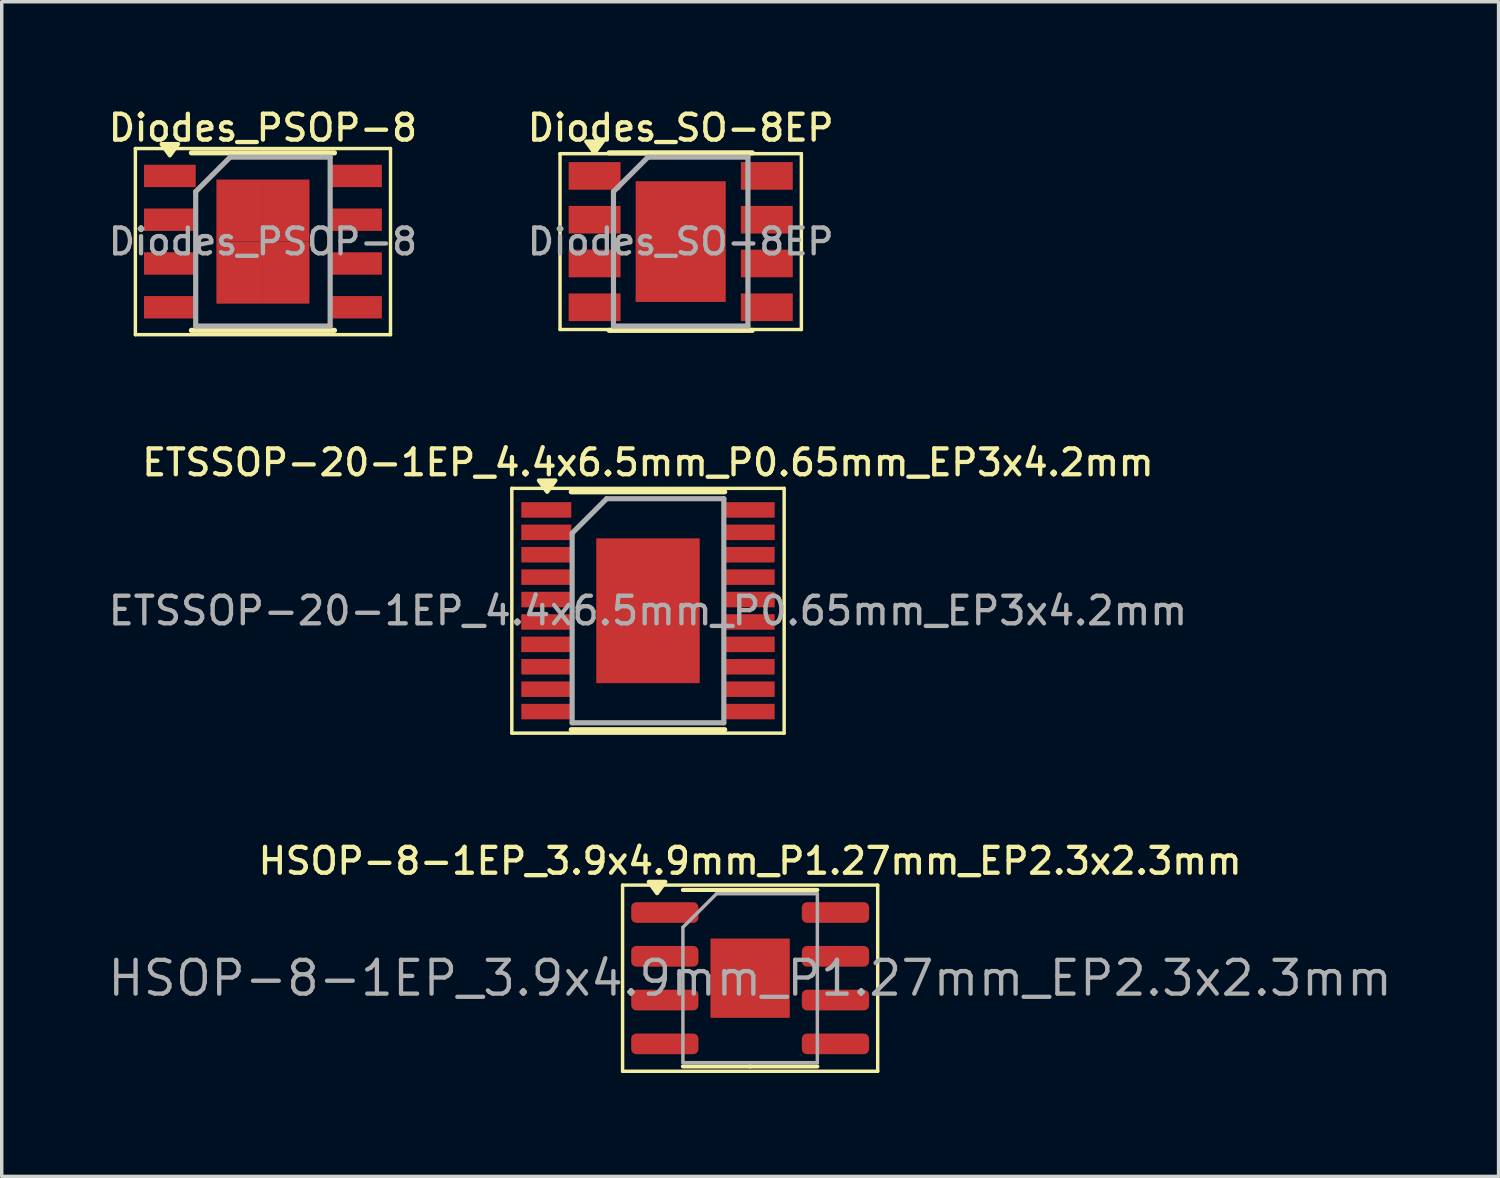
<source format=kicad_pcb>
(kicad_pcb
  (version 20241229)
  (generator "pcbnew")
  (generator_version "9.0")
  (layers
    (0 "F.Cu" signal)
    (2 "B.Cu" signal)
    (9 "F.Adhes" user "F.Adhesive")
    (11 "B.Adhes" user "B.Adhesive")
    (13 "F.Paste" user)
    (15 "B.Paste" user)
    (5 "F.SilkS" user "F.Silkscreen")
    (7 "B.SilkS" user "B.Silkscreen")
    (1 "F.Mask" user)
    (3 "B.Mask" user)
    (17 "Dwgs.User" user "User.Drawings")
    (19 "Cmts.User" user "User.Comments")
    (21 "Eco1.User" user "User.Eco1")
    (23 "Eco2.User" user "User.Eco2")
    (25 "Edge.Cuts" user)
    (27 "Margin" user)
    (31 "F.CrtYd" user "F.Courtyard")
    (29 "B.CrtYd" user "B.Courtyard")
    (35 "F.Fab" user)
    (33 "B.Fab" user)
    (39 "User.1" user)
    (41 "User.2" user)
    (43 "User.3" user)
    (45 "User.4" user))
  (footprint "Diodes_SO-8EP"
    (layer "F.Cu")
    (at 16.695 3.958)
    (property "Reference" "Diodes_SO-8EP" (at 0 -3.3 0) (layer "F.SilkS") (effects (font (size 0.75 0.75) (thickness 0.125))))
    (attr smd)
    (fp_line (start -3.5 -2.55) (end -3.5 2.55) (stroke (width 0.1) (type solid)) (layer "F.SilkS"))
    (fp_line (start -3.5 -2.55) (end 3.5 -2.55) (stroke (width 0.1) (type solid)) (layer "F.SilkS"))
    (fp_line (start -3.5 2.55) (end 3.5 2.55) (stroke (width 0.1) (type solid)) (layer "F.SilkS"))
    (fp_line (start -2.075 -2.575) (end 2.075 -2.575) (stroke (width 0.15) (type solid)) (layer "F.SilkS"))
    (fp_line (start -2.075 2.575) (end 2.075 2.575) (stroke (width 0.15) (type solid)) (layer "F.SilkS"))
    (fp_line (start 3.5 -2.55) (end 3.5 2.55) (stroke (width 0.1) (type solid)) (layer "F.SilkS"))
    (fp_poly (pts (xy -2.5 -2.575) (xy -2.74 -2.905) (xy -2.26 -2.905) (xy -2.5 -2.575)) (stroke (width 0.12) (type solid)) (fill yes) (layer "F.SilkS"))
    (fp_line (start -1.95 -1.45) (end -0.95 -2.45) (stroke (width 0.15) (type solid)) (layer "F.Fab"))
    (fp_line (start -1.95 2.45) (end -1.95 -1.45) (stroke (width 0.15) (type solid)) (layer "F.Fab"))
    (fp_line (start -0.95 -2.45) (end 1.95 -2.45) (stroke (width 0.15) (type solid)) (layer "F.Fab"))
    (fp_line (start 1.95 -2.45) (end 1.95 2.45) (stroke (width 0.15) (type solid)) (layer "F.Fab"))
    (fp_line (start 1.95 2.45) (end -1.95 2.45) (stroke (width 0.15) (type solid)) (layer "F.Fab"))
    (fp_text user "${REFERENCE}" (at 0 0 0) (layer "F.Fab") (effects (font (size 0.75 0.75) (thickness 0.125))))
    (pad "1" smd rect (at -2.498 -1.905) (size 1.505 0.802) (layers "F.Cu" "F.Mask" "F.Paste"))
    (pad "2" smd rect (at -2.498 -0.635) (size 1.505 0.802) (layers "F.Cu" "F.Mask" "F.Paste"))
    (pad "3" smd rect (at -2.498 0.635) (size 1.505 0.802) (layers "F.Cu" "F.Mask" "F.Paste"))
    (pad "4" smd rect (at -2.498 1.905) (size 1.505 0.802) (layers "F.Cu" "F.Mask" "F.Paste"))
    (pad "5" smd rect (at 2.498 1.905) (size 1.505 0.802) (layers "F.Cu" "F.Mask" "F.Paste"))
    (pad "6" smd rect (at 2.498 0.635) (size 1.505 0.802) (layers "F.Cu" "F.Mask" "F.Paste"))
    (pad "7" smd rect (at 2.498 -0.635) (size 1.505 0.802) (layers "F.Cu" "F.Mask" "F.Paste"))
    (pad "8" smd rect (at 2.498 -1.905) (size 1.505 0.802) (layers "F.Cu" "F.Mask" "F.Paste"))
    (pad "9" smd rect (at 0 0) (size 2.613 3.502) (layers "F.Cu" "F.Mask" "F.Paste")))
  (footprint "HSOP-8-1EP_3.9x4.9mm_P1.27mm_EP2.3x2.3mm"
    (layer "F.Cu")
    (at 18.709 25.324)
    (property "Reference" "HSOP-8-1EP_3.9x4.9mm_P1.27mm_EP2.3x2.3mm" (at 0 -3.4 0) (layer "F.SilkS") (effects (font (size 0.75 0.75) (thickness 0.125))))
    (attr smd)
    (fp_line (start -3.7 -2.7) (end -3.7 2.7) (stroke (width 0.1) (type solid)) (layer "F.SilkS"))
    (fp_line (start -3.7 2.7) (end 3.7 2.7) (stroke (width 0.1) (type solid)) (layer "F.SilkS"))
    (fp_line (start 0 -2.56) (end -1.95 -2.56) (stroke (width 0.12) (type solid)) (layer "F.SilkS"))
    (fp_line (start 0 -2.56) (end 1.95 -2.56) (stroke (width 0.12) (type solid)) (layer "F.SilkS"))
    (fp_line (start 0 2.56) (end -1.95 2.56) (stroke (width 0.12) (type solid)) (layer "F.SilkS"))
    (fp_line (start 0 2.56) (end 1.95 2.56) (stroke (width 0.12) (type solid)) (layer "F.SilkS"))
    (fp_line (start 3.7 -2.7) (end -3.7 -2.7) (stroke (width 0.1) (type solid)) (layer "F.SilkS"))
    (fp_line (start 3.7 2.7) (end 3.7 -2.7) (stroke (width 0.1) (type solid)) (layer "F.SilkS"))
    (fp_poly (pts (xy -2.7 -2.465) (xy -2.94 -2.795) (xy -2.46 -2.795) (xy -2.7 -2.465)) (stroke (width 0.12) (type solid)) (fill yes) (layer "F.SilkS"))
    (fp_line (start -1.95 -1.475) (end -0.975 -2.45) (stroke (width 0.1) (type solid)) (layer "F.Fab"))
    (fp_line (start -1.95 2.45) (end -1.95 -1.475) (stroke (width 0.1) (type solid)) (layer "F.Fab"))
    (fp_line (start -0.975 -2.45) (end 1.95 -2.45) (stroke (width 0.1) (type solid)) (layer "F.Fab"))
    (fp_line (start 1.95 -2.45) (end 1.95 2.45) (stroke (width 0.1) (type solid)) (layer "F.Fab"))
    (fp_line (start 1.95 2.45) (end -1.95 2.45) (stroke (width 0.1) (type solid)) (layer "F.Fab"))
    (fp_text user "${REFERENCE}" (at 0 0 0) (layer "F.Fab") (effects (font (size 0.98 0.98) (thickness 0.125))))
    (pad "" smd roundrect (at -0.575 -0.575) (size 0.93 0.93) (layers "F.Paste") (roundrect_rratio 0.25))
    (pad "" smd roundrect (at -0.575 0.575) (size 0.93 0.93) (layers "F.Paste") (roundrect_rratio 0.25))
    (pad "" smd roundrect (at 0.575 -0.575) (size 0.93 0.93) (layers "F.Paste") (roundrect_rratio 0.25))
    (pad "" smd roundrect (at 0.575 0.575) (size 0.93 0.93) (layers "F.Paste") (roundrect_rratio 0.25))
    (pad "1" smd roundrect (at -2.475 -1.905) (size 1.95 0.6) (layers "F.Cu" "F.Mask" "F.Paste") (roundrect_rratio 0.25))
    (pad "2" smd roundrect (at -2.475 -0.635) (size 1.95 0.6) (layers "F.Cu" "F.Mask" "F.Paste") (roundrect_rratio 0.25))
    (pad "3" smd roundrect (at -2.475 0.635) (size 1.95 0.6) (layers "F.Cu" "F.Mask" "F.Paste") (roundrect_rratio 0.25))
    (pad "4" smd roundrect (at -2.475 1.905) (size 1.95 0.6) (layers "F.Cu" "F.Mask" "F.Paste") (roundrect_rratio 0.25))
    (pad "5" smd roundrect (at 2.475 1.905) (size 1.95 0.6) (layers "F.Cu" "F.Mask" "F.Paste") (roundrect_rratio 0.25))
    (pad "6" smd roundrect (at 2.475 0.635) (size 1.95 0.6) (layers "F.Cu" "F.Mask" "F.Paste") (roundrect_rratio 0.25))
    (pad "7" smd roundrect (at 2.475 -0.635) (size 1.95 0.6) (layers "F.Cu" "F.Mask" "F.Paste") (roundrect_rratio 0.25))
    (pad "8" smd roundrect (at 2.475 -1.905) (size 1.95 0.6) (layers "F.Cu" "F.Mask" "F.Paste") (roundrect_rratio 0.25))
    (pad "9" smd rect (at 0 0) (size 2.3 2.3) (property pad_prop_heatsink) (layers "F.Cu" "F.Mask")))
  (footprint "Diodes_PSOP-8"
    (layer "F.Cu")
    (at 4.577 3.958)
    (property "Reference" "Diodes_PSOP-8" (at 0 -3.3 0) (layer "F.SilkS") (effects (font (size 0.75 0.75) (thickness 0.125))))
    (attr smd)
    (fp_line (start -3.7 -2.7) (end -3.7 2.7) (stroke (width 0.1) (type solid)) (layer "F.SilkS"))
    (fp_line (start -3.7 -2.7) (end 3.7 -2.7) (stroke (width 0.1) (type solid)) (layer "F.SilkS"))
    (fp_line (start -3.7 2.7) (end 3.7 2.7) (stroke (width 0.1) (type solid)) (layer "F.SilkS"))
    (fp_line (start -2.075 -2.575) (end 2.075 -2.575) (stroke (width 0.15) (type solid)) (layer "F.SilkS"))
    (fp_line (start -2.075 2.575) (end 2.075 2.575) (stroke (width 0.15) (type solid)) (layer "F.SilkS"))
    (fp_line (start 3.7 -2.7) (end 3.7 2.7) (stroke (width 0.1) (type solid)) (layer "F.SilkS"))
    (fp_poly (pts (xy -2.7 -2.5) (xy -2.94 -2.83) (xy -2.46 -2.83) (xy -2.7 -2.5)) (stroke (width 0.12) (type solid)) (fill yes) (layer "F.SilkS"))
    (fp_line (start -1.95 -1.45) (end -0.95 -2.45) (stroke (width 0.15) (type solid)) (layer "F.Fab"))
    (fp_line (start -1.95 2.45) (end -1.95 -1.45) (stroke (width 0.15) (type solid)) (layer "F.Fab"))
    (fp_line (start -0.95 -2.45) (end 1.95 -2.45) (stroke (width 0.15) (type solid)) (layer "F.Fab"))
    (fp_line (start 1.95 -2.45) (end 1.95 2.45) (stroke (width 0.15) (type solid)) (layer "F.Fab"))
    (fp_line (start 1.95 2.45) (end -1.95 2.45) (stroke (width 0.15) (type solid)) (layer "F.Fab"))
    (fp_text user "${REFERENCE}" (at 0 0 0) (layer "F.Fab") (effects (font (size 0.75 0.75) (thickness 0.125))))
    (pad "1" smd rect (at -2.7 -1.905) (size 1.5 0.65) (layers "F.Cu" "F.Mask" "F.Paste"))
    (pad "2" smd rect (at -2.7 -0.635) (size 1.5 0.65) (layers "F.Cu" "F.Mask" "F.Paste"))
    (pad "3" smd rect (at -2.7 0.635) (size 1.5 0.65) (layers "F.Cu" "F.Mask" "F.Paste"))
    (pad "4" smd rect (at -2.7 1.905) (size 1.5 0.65) (layers "F.Cu" "F.Mask" "F.Paste"))
    (pad "5" smd rect (at 2.7 1.905) (size 1.5 0.65) (layers "F.Cu" "F.Mask" "F.Paste"))
    (pad "6" smd rect (at 2.7 0.635) (size 1.5 0.65) (layers "F.Cu" "F.Mask" "F.Paste"))
    (pad "7" smd rect (at 2.7 -0.635) (size 1.5 0.65) (layers "F.Cu" "F.Mask" "F.Paste"))
    (pad "8" smd rect (at 2.7 -1.905) (size 1.5 0.65) (layers "F.Cu" "F.Mask" "F.Paste"))
    (pad "9" smd rect (at -0.675 -0.9) (size 1.35 1.8) (layers "F.Cu" "F.Mask" "F.Paste"))
    (pad "9" smd rect (at -0.675 0.9) (size 1.35 1.8) (layers "F.Cu" "F.Mask" "F.Paste"))
    (pad "9" smd rect (at 0.675 -0.9) (size 1.35 1.8) (layers "F.Cu" "F.Mask" "F.Paste"))
    (pad "9" smd rect (at 0.675 0.9) (size 1.35 1.8) (layers "F.Cu" "F.Mask" "F.Paste")))
  (footprint "ETSSOP-20-1EP_4.4x6.5mm_P0.65mm_EP3x4.2mm"
    (layer "F.Cu")
    (at 15.746 14.666)
    (property "Reference" "ETSSOP-20-1EP_4.4x6.5mm_P0.65mm_EP3x4.2mm" (at 0 -4.3 0) (layer "F.SilkS") (effects (font (size 0.75 0.75) (thickness 0.125))))
    (attr smd)
    (fp_line (start -3.95 -3.55) (end -3.95 3.55) (stroke (width 0.1) (type solid)) (layer "F.SilkS"))
    (fp_line (start -3.95 -3.55) (end 3.95 -3.55) (stroke (width 0.1) (type solid)) (layer "F.SilkS"))
    (fp_line (start -3.95 3.55) (end 3.95 3.55) (stroke (width 0.1) (type solid)) (layer "F.SilkS"))
    (fp_line (start -2.225 -3.45) (end 2.225 -3.45) (stroke (width 0.15) (type solid)) (layer "F.SilkS"))
    (fp_line (start -2.225 3.45) (end 2.225 3.45) (stroke (width 0.15) (type solid)) (layer "F.SilkS"))
    (fp_line (start 3.95 -3.55) (end 3.95 3.55) (stroke (width 0.1) (type solid)) (layer "F.SilkS"))
    (fp_poly (pts (xy -2.925 -3.45) (xy -3.165 -3.78) (xy -2.685 -3.78) (xy -2.925 -3.45)) (stroke (width 0.12) (type solid)) (fill yes) (layer "F.SilkS"))
    (fp_line (start -2.2 -2.25) (end -1.2 -3.25) (stroke (width 0.15) (type solid)) (layer "F.Fab"))
    (fp_line (start -2.2 3.25) (end -2.2 -2.25) (stroke (width 0.15) (type solid)) (layer "F.Fab"))
    (fp_line (start -1.2 -3.25) (end 2.2 -3.25) (stroke (width 0.15) (type solid)) (layer "F.Fab"))
    (fp_line (start 2.2 -3.25) (end 2.2 3.25) (stroke (width 0.15) (type solid)) (layer "F.Fab"))
    (fp_line (start 2.2 3.25) (end -2.2 3.25) (stroke (width 0.15) (type solid)) (layer "F.Fab"))
    (fp_text user "${REFERENCE}" (at 0 0 0) (layer "F.Fab") (effects (font (size 0.8 0.8) (thickness 0.125))))
    (pad "" smd rect (at -0.75 -1.4) (size 1.2 1.14) (layers "F.Paste"))
    (pad "" smd rect (at -0.75 0) (size 1.2 1.14) (layers "F.Paste"))
    (pad "" smd rect (at -0.75 1.4) (size 1.2 1.14) (layers "F.Paste"))
    (pad "" smd rect (at 0.75 -1.4) (size 1.2 1.14) (layers "F.Paste"))
    (pad "" smd rect (at 0.75 0) (size 1.2 1.14) (layers "F.Paste"))
    (pad "" smd rect (at 0.75 1.4) (size 1.2 1.14) (layers "F.Paste"))
    (pad "1" smd rect (at -2.95 -2.925) (size 1.45 0.45) (layers "F.Cu" "F.Mask" "F.Paste"))
    (pad "2" smd rect (at -2.95 -2.275) (size 1.45 0.45) (layers "F.Cu" "F.Mask" "F.Paste"))
    (pad "3" smd rect (at -2.95 -1.625) (size 1.45 0.45) (layers "F.Cu" "F.Mask" "F.Paste"))
    (pad "4" smd rect (at -2.95 -0.975) (size 1.45 0.45) (layers "F.Cu" "F.Mask" "F.Paste"))
    (pad "5" smd rect (at -2.95 -0.325) (size 1.45 0.45) (layers "F.Cu" "F.Mask" "F.Paste"))
    (pad "6" smd rect (at -2.95 0.325) (size 1.45 0.45) (layers "F.Cu" "F.Mask" "F.Paste"))
    (pad "7" smd rect (at -2.95 0.975) (size 1.45 0.45) (layers "F.Cu" "F.Mask" "F.Paste"))
    (pad "8" smd rect (at -2.95 1.625) (size 1.45 0.45) (layers "F.Cu" "F.Mask" "F.Paste"))
    (pad "9" smd rect (at -2.95 2.275) (size 1.45 0.45) (layers "F.Cu" "F.Mask" "F.Paste"))
    (pad "10" smd rect (at -2.95 2.925) (size 1.45 0.45) (layers "F.Cu" "F.Mask" "F.Paste"))
    (pad "11" smd rect (at 2.95 2.925) (size 1.45 0.45) (layers "F.Cu" "F.Mask" "F.Paste"))
    (pad "12" smd rect (at 2.95 2.275) (size 1.45 0.45) (layers "F.Cu" "F.Mask" "F.Paste"))
    (pad "13" smd rect (at 2.95 1.625) (size 1.45 0.45) (layers "F.Cu" "F.Mask" "F.Paste"))
    (pad "14" smd rect (at 2.95 0.975) (size 1.45 0.45) (layers "F.Cu" "F.Mask" "F.Paste"))
    (pad "15" smd rect (at 2.95 0.325) (size 1.45 0.45) (layers "F.Cu" "F.Mask" "F.Paste"))
    (pad "16" smd rect (at 2.95 -0.325) (size 1.45 0.45) (layers "F.Cu" "F.Mask" "F.Paste"))
    (pad "17" smd rect (at 2.95 -0.975) (size 1.45 0.45) (layers "F.Cu" "F.Mask" "F.Paste"))
    (pad "18" smd rect (at 2.95 -1.625) (size 1.45 0.45) (layers "F.Cu" "F.Mask" "F.Paste"))
    (pad "19" smd rect (at 2.95 -2.275) (size 1.45 0.45) (layers "F.Cu" "F.Mask" "F.Paste"))
    (pad "20" smd rect (at 2.95 -2.925) (size 1.45 0.45) (layers "F.Cu" "F.Mask" "F.Paste"))
    (pad "21" smd rect (at 0 0) (size 3 4.2) (layers "F.Cu" "F.Mask" "F.Paste")))
  (gr_rect
    (start -3 -3)
    (end 40.419 31.074)
    (stroke (width 0.1) (type default))
    (fill no)
    (layer "Edge.Cuts")))
</source>
